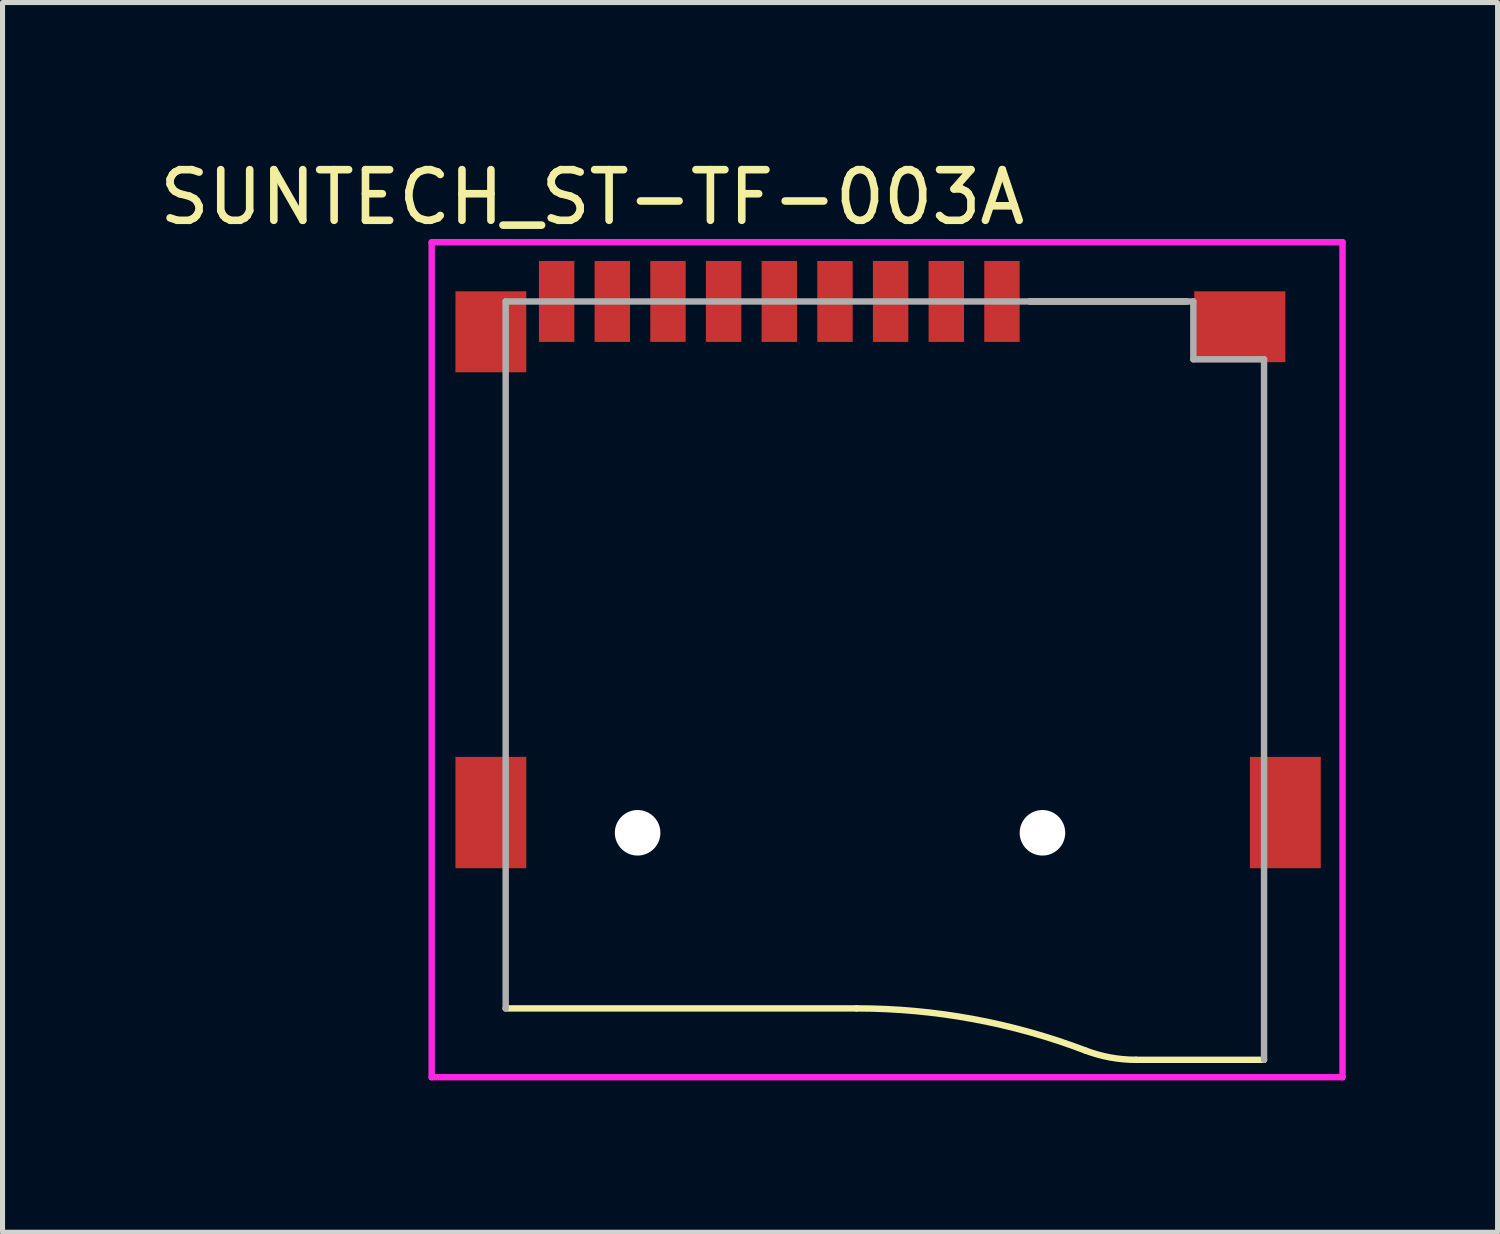
<source format=kicad_pcb>
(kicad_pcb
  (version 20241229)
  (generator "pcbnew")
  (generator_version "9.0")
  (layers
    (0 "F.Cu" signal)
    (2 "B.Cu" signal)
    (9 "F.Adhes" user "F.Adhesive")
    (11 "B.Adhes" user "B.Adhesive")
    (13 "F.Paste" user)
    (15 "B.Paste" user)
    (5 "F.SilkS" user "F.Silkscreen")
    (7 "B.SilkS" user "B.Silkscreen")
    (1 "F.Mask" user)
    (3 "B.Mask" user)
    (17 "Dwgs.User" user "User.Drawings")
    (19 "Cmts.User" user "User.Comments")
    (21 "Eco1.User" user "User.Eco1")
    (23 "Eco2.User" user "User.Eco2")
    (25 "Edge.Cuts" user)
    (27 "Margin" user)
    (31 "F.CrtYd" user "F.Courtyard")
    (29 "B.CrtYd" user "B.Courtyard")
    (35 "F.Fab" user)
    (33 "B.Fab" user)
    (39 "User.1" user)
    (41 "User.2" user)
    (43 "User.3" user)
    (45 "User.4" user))
  (footprint "SUNTECH_ST-TF-003A"
    (layer "F.Cu")
    (at 13.23 8.237)
    (property "Reference" "SUNTECH_ST-TF-003A" (at -4.577 -7.389 0) (layer "F.SilkS") (effects (font (size 1.001 1.001) (thickness 0.15))))
    (attr smd)
    (fp_line (start 0.647 8.64) (end -6.287 8.64) (stroke (width 0.127) (type solid)) (layer "F.SilkS"))
    (fp_line (start 7.17 -5.33) (end 4.07 -5.33) (stroke (width 0.127) (type solid)) (layer "F.SilkS"))
    (fp_line (start 8.699 9.656) (end 6.168 9.656) (stroke (width 0.127) (type solid)) (layer "F.SilkS"))
    (fp_arc (start 0.6469 8.64) (mid 2.945408 8.849734) (end 5.168 9.472) (stroke (width 0.127) (type solid)) (layer "F.SilkS"))
    (fp_arc (start 6.1679 9.656) (mid 5.659555 9.609621) (end 5.168 9.472) (stroke (width 0.127) (type solid)) (layer "F.SilkS"))
    (fp_line (start -7.75 -6.5) (end 10.25 -6.5) (stroke (width 0.127) (type solid)) (layer "F.CrtYd"))
    (fp_line (start -7.75 10) (end -7.75 -6.5) (stroke (width 0.127) (type solid)) (layer "F.CrtYd"))
    (fp_line (start 10.25 -6.5) (end 10.25 10) (stroke (width 0.127) (type solid)) (layer "F.CrtYd"))
    (fp_line (start 10.25 10) (end -7.75 10) (stroke (width 0.127) (type solid)) (layer "F.CrtYd"))
    (fp_line (start -6.287 -5.33) (end 7.302 -5.33) (stroke (width 0.127) (type solid)) (layer "F.Fab"))
    (fp_line (start -6.287 8.64) (end -6.287 -5.33) (stroke (width 0.127) (type solid)) (layer "F.Fab"))
    (fp_line (start 7.302 -5.33) (end 7.302 -4.187) (stroke (width 0.127) (type solid)) (layer "F.Fab"))
    (fp_line (start 7.302 -4.187) (end 8.699 -4.187) (stroke (width 0.127) (type solid)) (layer "F.Fab"))
    (fp_line (start 8.699 -4.187) (end 8.699 9.656) (stroke (width 0.127) (type solid)) (layer "F.Fab"))
    (pad "" np_thru_hole circle (at -3.68 5.17) (size 0.9 0.9) (drill 0.9) (layers "*.Cu" "*.Mask"))
    (pad "" np_thru_hole circle (at 4.32 5.17) (size 0.9 0.9) (drill 0.9) (layers "*.Cu" "*.Mask"))
    (pad "1" smd rect (at 3.52 -5.33) (size 0.7 1.6) (layers "F.Cu" "F.Mask" "F.Paste"))
    (pad "2" smd rect (at 2.42 -5.33) (size 0.7 1.6) (layers "F.Cu" "F.Mask" "F.Paste"))
    (pad "3" smd rect (at 1.32 -5.33) (size 0.7 1.6) (layers "F.Cu" "F.Mask" "F.Paste"))
    (pad "4" smd rect (at 0.22 -5.33) (size 0.7 1.6) (layers "F.Cu" "F.Mask" "F.Paste"))
    (pad "5" smd rect (at -0.88 -5.33) (size 0.7 1.6) (layers "F.Cu" "F.Mask" "F.Paste"))
    (pad "6" smd rect (at -1.98 -5.33) (size 0.7 1.6) (layers "F.Cu" "F.Mask" "F.Paste"))
    (pad "7" smd rect (at -3.08 -5.33) (size 0.7 1.6) (layers "F.Cu" "F.Mask" "F.Paste"))
    (pad "8" smd rect (at -4.18 -5.33) (size 0.7 1.6) (layers "F.Cu" "F.Mask" "F.Paste"))
    (pad "9" smd rect (at -5.28 -5.33) (size 0.7 1.6) (layers "F.Cu" "F.Mask" "F.Paste"))
    (pad "G1" smd rect (at -6.58 -4.73) (size 1.4 1.6) (layers "F.Cu" "F.Mask" "F.Paste"))
    (pad "G2" smd rect (at -6.58 4.77) (size 1.4 2.2) (layers "F.Cu" "F.Mask" "F.Paste"))
    (pad "G3" smd rect (at 9.12 4.77) (size 1.4 2.2) (layers "F.Cu" "F.Mask" "F.Paste"))
    (pad "G4" smd rect (at 8.22 -4.83) (size 1.8 1.4) (layers "F.Cu" "F.Mask" "F.Paste"))
    (zone (net_name "") (layer "F.Cu") (hatch full 0.508) (connect_pads) (min_thickness 0.01) (filled_areas_thickness no) (keepout (tracks not_allowed) (vias not_allowed) (pads not_allowed) (copperpour not_allowed) (footprints allowed)) (placement (enabled no)) (fill) (polygon (pts (xy 17.402 7.309) (xy 17.402 9.31) (xy 8.397 9.31) (xy 8.397 7.309)))))
  (gr_rect
    (start -3 -3)
    (end 26.544 21.301)
    (stroke (width 0.1) (type default))
    (fill no)
    (layer "Edge.Cuts")))
</source>
